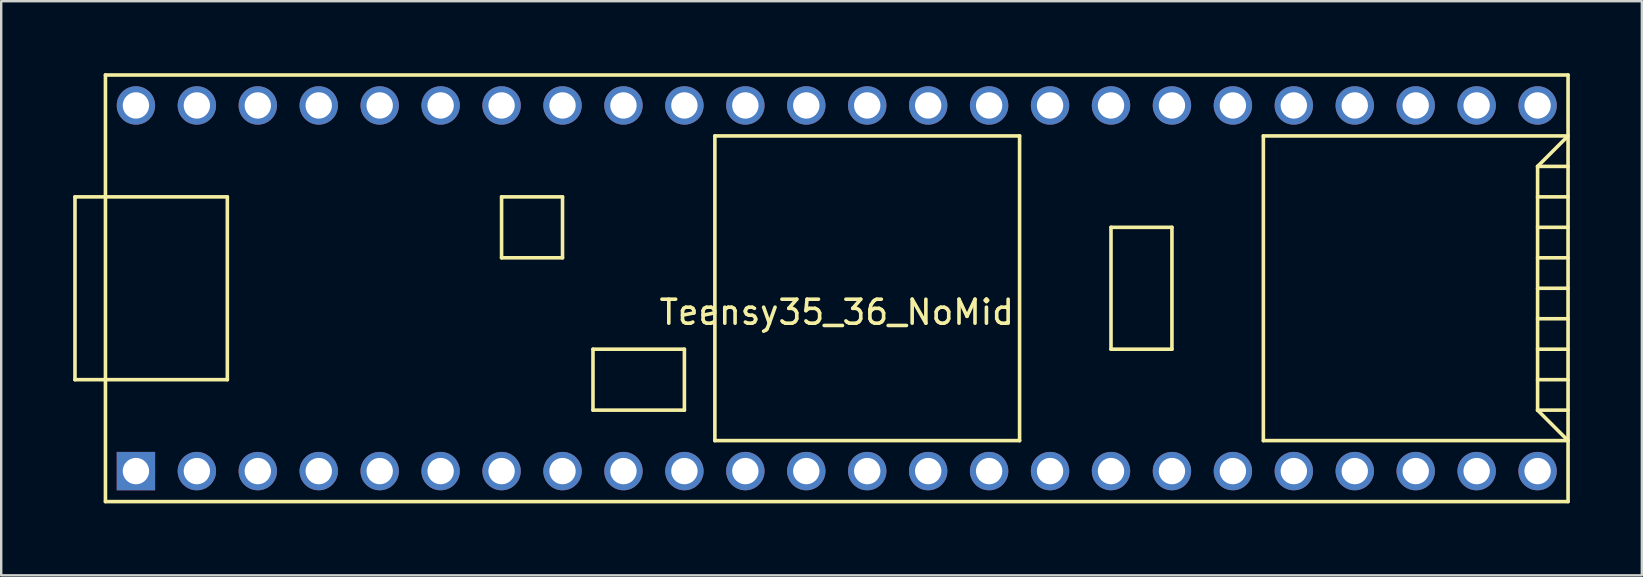
<source format=kicad_pcb>
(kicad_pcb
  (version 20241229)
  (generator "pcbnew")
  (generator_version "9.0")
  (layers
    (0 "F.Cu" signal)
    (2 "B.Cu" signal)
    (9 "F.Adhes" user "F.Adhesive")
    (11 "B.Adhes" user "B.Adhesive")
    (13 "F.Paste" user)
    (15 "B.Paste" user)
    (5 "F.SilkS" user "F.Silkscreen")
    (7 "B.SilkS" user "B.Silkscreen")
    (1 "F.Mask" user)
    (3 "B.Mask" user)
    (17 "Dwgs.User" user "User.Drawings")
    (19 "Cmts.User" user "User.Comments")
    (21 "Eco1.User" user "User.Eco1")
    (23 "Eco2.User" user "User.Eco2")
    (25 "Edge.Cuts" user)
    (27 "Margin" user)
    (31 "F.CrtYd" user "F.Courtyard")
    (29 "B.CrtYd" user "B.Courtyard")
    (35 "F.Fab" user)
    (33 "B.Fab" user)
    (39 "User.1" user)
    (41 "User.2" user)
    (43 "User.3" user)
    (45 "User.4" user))
  (footprint "Teensy35_36_NoMid"
    (layer "F.Cu")
    (at 31.825 8.965)
    (property "Reference" "Teensy35_36_NoMid" (at 0 1 0) (layer "F.SilkS") (effects (font (size 1 1) (thickness 0.15))))
    (attr through_hole)
    (fp_line (start -31.75 -3.81) (end -30.48 -3.81) (stroke (width 0.15) (type solid)) (layer "F.SilkS"))
    (fp_line (start -31.75 3.81) (end -31.75 -3.81) (stroke (width 0.15) (type solid)) (layer "F.SilkS"))
    (fp_line (start -30.48 3.81) (end -31.75 3.81) (stroke (width 0.15) (type solid)) (layer "F.SilkS"))
    (fp_line (start -30.48 8.89) (end -30.48 -8.89) (stroke (width 0.15) (type solid)) (layer "F.SilkS"))
    (fp_line (start -30.48 8.89) (end 30.48 8.89) (stroke (width 0.15) (type solid)) (layer "F.SilkS"))
    (fp_line (start -25.4 -3.81) (end -30.48 -3.81) (stroke (width 0.15) (type solid)) (layer "F.SilkS"))
    (fp_line (start -25.4 3.81) (end -30.48 3.81) (stroke (width 0.15) (type solid)) (layer "F.SilkS"))
    (fp_line (start -25.4 3.81) (end -25.4 -3.81) (stroke (width 0.15) (type solid)) (layer "F.SilkS"))
    (fp_line (start -13.97 -3.81) (end -13.97 -1.27) (stroke (width 0.15) (type solid)) (layer "F.SilkS"))
    (fp_line (start -13.97 -1.27) (end -11.43 -1.27) (stroke (width 0.15) (type solid)) (layer "F.SilkS"))
    (fp_line (start -11.43 -3.81) (end -13.97 -3.81) (stroke (width 0.15) (type solid)) (layer "F.SilkS"))
    (fp_line (start -11.43 -1.27) (end -11.43 -3.81) (stroke (width 0.15) (type solid)) (layer "F.SilkS"))
    (fp_line (start -10.16 2.54) (end -6.35 2.54) (stroke (width 0.15) (type solid)) (layer "F.SilkS"))
    (fp_line (start -10.16 5.08) (end -10.16 2.54) (stroke (width 0.15) (type solid)) (layer "F.SilkS"))
    (fp_line (start -6.35 2.54) (end -6.35 5.08) (stroke (width 0.15) (type solid)) (layer "F.SilkS"))
    (fp_line (start -6.35 5.08) (end -10.16 5.08) (stroke (width 0.15) (type solid)) (layer "F.SilkS"))
    (fp_line (start -5.08 -6.35) (end -5.08 6.35) (stroke (width 0.15) (type solid)) (layer "F.SilkS"))
    (fp_line (start -5.08 -6.35) (end 7.62 -6.35) (stroke (width 0.15) (type solid)) (layer "F.SilkS"))
    (fp_line (start -5.08 6.35) (end 7.62 6.35) (stroke (width 0.15) (type solid)) (layer "F.SilkS"))
    (fp_line (start 7.62 6.35) (end 7.62 -6.35) (stroke (width 0.15) (type solid)) (layer "F.SilkS"))
    (fp_line (start 11.43 -2.54) (end 13.97 -2.54) (stroke (width 0.15) (type solid)) (layer "F.SilkS"))
    (fp_line (start 11.43 2.54) (end 11.43 -2.54) (stroke (width 0.15) (type solid)) (layer "F.SilkS"))
    (fp_line (start 13.97 -2.54) (end 13.97 2.54) (stroke (width 0.15) (type solid)) (layer "F.SilkS"))
    (fp_line (start 13.97 2.54) (end 11.43 2.54) (stroke (width 0.15) (type solid)) (layer "F.SilkS"))
    (fp_line (start 17.78 -6.35) (end 17.78 6.35) (stroke (width 0.15) (type solid)) (layer "F.SilkS"))
    (fp_line (start 17.78 6.35) (end 30.48 6.35) (stroke (width 0.15) (type solid)) (layer "F.SilkS"))
    (fp_line (start 29.21 -5.08) (end 30.48 -6.35) (stroke (width 0.15) (type solid)) (layer "F.SilkS"))
    (fp_line (start 29.21 -5.08) (end 30.48 -5.08) (stroke (width 0.15) (type solid)) (layer "F.SilkS"))
    (fp_line (start 29.21 -3.81) (end 30.48 -3.81) (stroke (width 0.15) (type solid)) (layer "F.SilkS"))
    (fp_line (start 29.21 -2.54) (end 30.48 -2.54) (stroke (width 0.15) (type solid)) (layer "F.SilkS"))
    (fp_line (start 29.21 -1.27) (end 30.48 -1.27) (stroke (width 0.15) (type solid)) (layer "F.SilkS"))
    (fp_line (start 29.21 0) (end 30.48 0) (stroke (width 0.15) (type solid)) (layer "F.SilkS"))
    (fp_line (start 29.21 1.27) (end 30.48 1.27) (stroke (width 0.15) (type solid)) (layer "F.SilkS"))
    (fp_line (start 29.21 2.54) (end 30.48 2.54) (stroke (width 0.15) (type solid)) (layer "F.SilkS"))
    (fp_line (start 29.21 3.81) (end 30.48 3.81) (stroke (width 0.15) (type solid)) (layer "F.SilkS"))
    (fp_line (start 29.21 5.08) (end 29.21 -5.08) (stroke (width 0.15) (type solid)) (layer "F.SilkS"))
    (fp_line (start 29.21 5.08) (end 30.48 5.08) (stroke (width 0.15) (type solid)) (layer "F.SilkS"))
    (fp_line (start 30.48 -8.89) (end -30.48 -8.89) (stroke (width 0.15) (type solid)) (layer "F.SilkS"))
    (fp_line (start 30.48 -8.89) (end 30.48 8.89) (stroke (width 0.15) (type solid)) (layer "F.SilkS"))
    (fp_line (start 30.48 -6.35) (end 17.78 -6.35) (stroke (width 0.15) (type solid)) (layer "F.SilkS"))
    (fp_line (start 30.48 6.35) (end 29.21 5.08) (stroke (width 0.15) (type solid)) (layer "F.SilkS"))
    (pad "1" thru_hole rect (at -29.21 7.62) (size 1.6 1.6) (drill 1.1) (layers "*.Cu" "*.Mask"))
    (pad "2" thru_hole circle (at -26.67 7.62) (size 1.6 1.6) (drill 1.1) (layers "*.Cu" "*.Mask"))
    (pad "3" thru_hole circle (at -24.13 7.62) (size 1.6 1.6) (drill 1.1) (layers "*.Cu" "*.Mask"))
    (pad "4" thru_hole circle (at -21.59 7.62) (size 1.6 1.6) (drill 1.1) (layers "*.Cu" "*.Mask"))
    (pad "5" thru_hole circle (at -19.05 7.62) (size 1.6 1.6) (drill 1.1) (layers "*.Cu" "*.Mask"))
    (pad "6" thru_hole circle (at -16.51 7.62) (size 1.6 1.6) (drill 1.1) (layers "*.Cu" "*.Mask"))
    (pad "7" thru_hole circle (at -13.97 7.62) (size 1.6 1.6) (drill 1.1) (layers "*.Cu" "*.Mask"))
    (pad "8" thru_hole circle (at -11.43 7.62) (size 1.6 1.6) (drill 1.1) (layers "*.Cu" "*.Mask"))
    (pad "9" thru_hole circle (at -8.89 7.62) (size 1.6 1.6) (drill 1.1) (layers "*.Cu" "*.Mask"))
    (pad "10" thru_hole circle (at -6.35 7.62) (size 1.6 1.6) (drill 1.1) (layers "*.Cu" "*.Mask"))
    (pad "11" thru_hole circle (at -3.81 7.62) (size 1.6 1.6) (drill 1.1) (layers "*.Cu" "*.Mask"))
    (pad "12" thru_hole circle (at -1.27 7.62) (size 1.6 1.6) (drill 1.1) (layers "*.Cu" "*.Mask"))
    (pad "13" thru_hole circle (at 1.27 7.62) (size 1.6 1.6) (drill 1.1) (layers "*.Cu" "*.Mask"))
    (pad "14" thru_hole circle (at 3.81 7.62) (size 1.6 1.6) (drill 1.1) (layers "*.Cu" "*.Mask"))
    (pad "15" thru_hole circle (at 6.35 7.62) (size 1.6 1.6) (drill 1.1) (layers "*.Cu" "*.Mask"))
    (pad "16" thru_hole circle (at 8.89 7.62) (size 1.6 1.6) (drill 1.1) (layers "*.Cu" "*.Mask"))
    (pad "17" thru_hole circle (at 11.43 7.62) (size 1.6 1.6) (drill 1.1) (layers "*.Cu" "*.Mask"))
    (pad "18" thru_hole circle (at 13.97 7.62) (size 1.6 1.6) (drill 1.1) (layers "*.Cu" "*.Mask"))
    (pad "19" thru_hole circle (at 16.51 7.62) (size 1.6 1.6) (drill 1.1) (layers "*.Cu" "*.Mask"))
    (pad "20" thru_hole circle (at 19.05 7.62) (size 1.6 1.6) (drill 1.1) (layers "*.Cu" "*.Mask"))
    (pad "21" thru_hole circle (at 21.59 7.62) (size 1.6 1.6) (drill 1.1) (layers "*.Cu" "*.Mask"))
    (pad "22" thru_hole circle (at 24.13 7.62) (size 1.6 1.6) (drill 1.1) (layers "*.Cu" "*.Mask"))
    (pad "23" thru_hole circle (at 26.67 7.62) (size 1.6 1.6) (drill 1.1) (layers "*.Cu" "*.Mask"))
    (pad "24" thru_hole circle (at 29.21 7.62) (size 1.6 1.6) (drill 1.1) (layers "*.Cu" "*.Mask"))
    (pad "30" thru_hole circle (at 29.21 -7.62) (size 1.6 1.6) (drill 1.1) (layers "*.Cu" "*.Mask"))
    (pad "31" thru_hole circle (at 26.67 -7.62) (size 1.6 1.6) (drill 1.1) (layers "*.Cu" "*.Mask"))
    (pad "32" thru_hole circle (at 24.13 -7.62) (size 1.6 1.6) (drill 1.1) (layers "*.Cu" "*.Mask"))
    (pad "33" thru_hole circle (at 21.59 -7.62) (size 1.6 1.6) (drill 1.1) (layers "*.Cu" "*.Mask"))
    (pad "34" thru_hole circle (at 19.05 -7.62) (size 1.6 1.6) (drill 1.1) (layers "*.Cu" "*.Mask"))
    (pad "35" thru_hole circle (at 16.51 -7.62) (size 1.6 1.6) (drill 1.1) (layers "*.Cu" "*.Mask"))
    (pad "36" thru_hole circle (at 13.97 -7.62) (size 1.6 1.6) (drill 1.1) (layers "*.Cu" "*.Mask"))
    (pad "37" thru_hole circle (at 11.43 -7.62) (size 1.6 1.6) (drill 1.1) (layers "*.Cu" "*.Mask"))
    (pad "38" thru_hole circle (at 8.89 -7.62) (size 1.6 1.6) (drill 1.1) (layers "*.Cu" "*.Mask"))
    (pad "39" thru_hole circle (at 6.35 -7.62) (size 1.6 1.6) (drill 1.1) (layers "*.Cu" "*.Mask"))
    (pad "40" thru_hole circle (at 3.81 -7.62) (size 1.6 1.6) (drill 1.1) (layers "*.Cu" "*.Mask"))
    (pad "41" thru_hole circle (at 1.27 -7.62) (size 1.6 1.6) (drill 1.1) (layers "*.Cu" "*.Mask"))
    (pad "42" thru_hole circle (at -1.27 -7.62) (size 1.6 1.6) (drill 1.1) (layers "*.Cu" "*.Mask"))
    (pad "43" thru_hole circle (at -3.81 -7.62) (size 1.6 1.6) (drill 1.1) (layers "*.Cu" "*.Mask"))
    (pad "44" thru_hole circle (at -6.35 -7.62) (size 1.6 1.6) (drill 1.1) (layers "*.Cu" "*.Mask"))
    (pad "45" thru_hole circle (at -8.89 -7.62) (size 1.6 1.6) (drill 1.1) (layers "*.Cu" "*.Mask"))
    (pad "46" thru_hole circle (at -11.43 -7.62) (size 1.6 1.6) (drill 1.1) (layers "*.Cu" "*.Mask"))
    (pad "47" thru_hole circle (at -13.97 -7.62) (size 1.6 1.6) (drill 1.1) (layers "*.Cu" "*.Mask"))
    (pad "48" thru_hole circle (at -16.51 -7.62) (size 1.6 1.6) (drill 1.1) (layers "*.Cu" "*.Mask"))
    (pad "49" thru_hole circle (at -19.05 -7.62) (size 1.6 1.6) (drill 1.1) (layers "*.Cu" "*.Mask"))
    (pad "50" thru_hole circle (at -21.59 -7.62) (size 1.6 1.6) (drill 1.1) (layers "*.Cu" "*.Mask"))
    (pad "51" thru_hole circle (at -24.13 -7.62) (size 1.6 1.6) (drill 1.1) (layers "*.Cu" "*.Mask"))
    (pad "52" thru_hole circle (at -26.67 -7.62) (size 1.6 1.6) (drill 1.1) (layers "*.Cu" "*.Mask"))
    (pad "53" thru_hole circle (at -29.21 -7.62) (size 1.6 1.6) (drill 1.1) (layers "*.Cu" "*.Mask")))
  (gr_rect
    (start -3 -3)
    (end 65.38 20.93)
    (stroke (width 0.1) (type default))
    (fill no)
    (layer "Edge.Cuts")))
</source>
